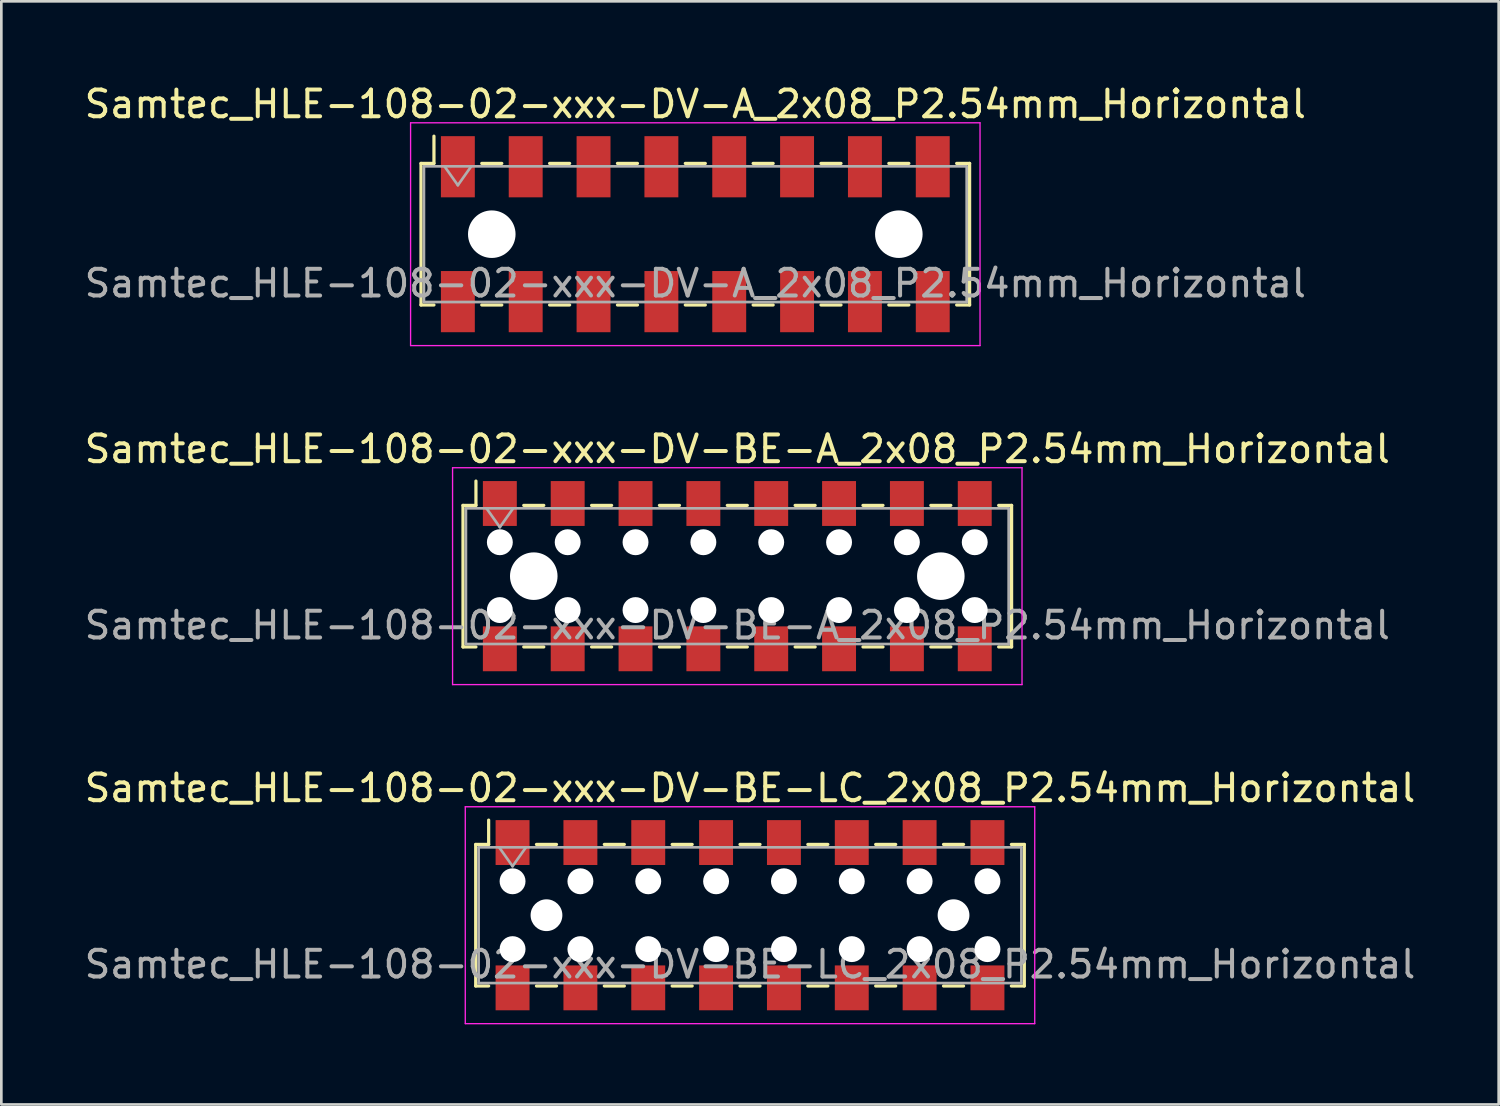
<source format=kicad_pcb>
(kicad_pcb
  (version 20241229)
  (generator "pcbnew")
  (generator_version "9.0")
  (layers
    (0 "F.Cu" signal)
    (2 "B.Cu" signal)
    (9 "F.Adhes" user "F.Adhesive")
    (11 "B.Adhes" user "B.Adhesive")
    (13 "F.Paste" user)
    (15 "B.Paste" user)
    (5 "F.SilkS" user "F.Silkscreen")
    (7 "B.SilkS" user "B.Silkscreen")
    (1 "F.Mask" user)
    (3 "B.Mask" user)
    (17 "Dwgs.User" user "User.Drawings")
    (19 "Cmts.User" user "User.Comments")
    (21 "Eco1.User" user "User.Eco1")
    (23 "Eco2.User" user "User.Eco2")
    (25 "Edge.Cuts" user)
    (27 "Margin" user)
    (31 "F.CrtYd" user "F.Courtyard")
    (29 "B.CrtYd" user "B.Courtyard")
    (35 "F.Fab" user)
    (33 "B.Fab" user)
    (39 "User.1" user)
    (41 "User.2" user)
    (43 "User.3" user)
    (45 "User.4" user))
  (footprint "Samtec_HLE-108-02-xxx-DV-BE-LC_2x08_P2.54mm_Horizontal"
    (layer "F.Cu")
    (at 25.03 31.215)
    (property "Reference" "Samtec_HLE-108-02-xxx-DV-BE-LC_2x08_P2.54mm_Horizontal" (at 0 -4.76 0) (layer "F.SilkS") (effects (font (size 1 1) (thickness 0.15))))
    (attr smd)
    (fp_line (start -10.27 -2.65) (end -10.27 2.65) (stroke (width 0.12) (type solid)) (layer "F.SilkS"))
    (fp_line (start -10.27 2.65) (end -9.785 2.65) (stroke (width 0.12) (type solid)) (layer "F.SilkS"))
    (fp_line (start -9.785 -3.56) (end -9.785 -2.65) (stroke (width 0.12) (type solid)) (layer "F.SilkS"))
    (fp_line (start -9.785 -2.65) (end -10.27 -2.65) (stroke (width 0.12) (type solid)) (layer "F.SilkS"))
    (fp_line (start -7.995 -2.65) (end -7.245 -2.65) (stroke (width 0.12) (type solid)) (layer "F.SilkS"))
    (fp_line (start -7.995 2.65) (end -7.245 2.65) (stroke (width 0.12) (type solid)) (layer "F.SilkS"))
    (fp_line (start -5.455 -2.65) (end -4.705 -2.65) (stroke (width 0.12) (type solid)) (layer "F.SilkS"))
    (fp_line (start -5.455 2.65) (end -4.705 2.65) (stroke (width 0.12) (type solid)) (layer "F.SilkS"))
    (fp_line (start -2.915 -2.65) (end -2.165 -2.65) (stroke (width 0.12) (type solid)) (layer "F.SilkS"))
    (fp_line (start -2.915 2.65) (end -2.165 2.65) (stroke (width 0.12) (type solid)) (layer "F.SilkS"))
    (fp_line (start -0.375 -2.65) (end 0.375 -2.65) (stroke (width 0.12) (type solid)) (layer "F.SilkS"))
    (fp_line (start -0.375 2.65) (end 0.375 2.65) (stroke (width 0.12) (type solid)) (layer "F.SilkS"))
    (fp_line (start 2.165 -2.65) (end 2.915 -2.65) (stroke (width 0.12) (type solid)) (layer "F.SilkS"))
    (fp_line (start 2.165 2.65) (end 2.915 2.65) (stroke (width 0.12) (type solid)) (layer "F.SilkS"))
    (fp_line (start 4.705 -2.65) (end 5.455 -2.65) (stroke (width 0.12) (type solid)) (layer "F.SilkS"))
    (fp_line (start 4.705 2.65) (end 5.455 2.65) (stroke (width 0.12) (type solid)) (layer "F.SilkS"))
    (fp_line (start 7.245 -2.65) (end 7.995 -2.65) (stroke (width 0.12) (type solid)) (layer "F.SilkS"))
    (fp_line (start 7.245 2.65) (end 7.995 2.65) (stroke (width 0.12) (type solid)) (layer "F.SilkS"))
    (fp_line (start 9.785 -2.65) (end 10.27 -2.65) (stroke (width 0.12) (type solid)) (layer "F.SilkS"))
    (fp_line (start 10.27 -2.65) (end 10.27 2.65) (stroke (width 0.12) (type solid)) (layer "F.SilkS"))
    (fp_line (start 10.27 2.65) (end 9.785 2.65) (stroke (width 0.12) (type solid)) (layer "F.SilkS"))
    (fp_line (start -10.66 -4.06) (end 10.66 -4.06) (stroke (width 0.05) (type solid)) (layer "F.CrtYd"))
    (fp_line (start -10.66 4.06) (end -10.66 -4.06) (stroke (width 0.05) (type solid)) (layer "F.CrtYd"))
    (fp_line (start 10.66 -4.06) (end 10.66 4.06) (stroke (width 0.05) (type solid)) (layer "F.CrtYd"))
    (fp_line (start 10.66 4.06) (end -10.66 4.06) (stroke (width 0.05) (type solid)) (layer "F.CrtYd"))
    (fp_line (start -10.16 -2.54) (end 10.16 -2.54) (stroke (width 0.1) (type solid)) (layer "F.Fab"))
    (fp_line (start -10.16 2.54) (end -10.16 -2.54) (stroke (width 0.1) (type solid)) (layer "F.Fab"))
    (fp_line (start -9.39 -2.54) (end -8.89 -1.833) (stroke (width 0.1) (type solid)) (layer "F.Fab"))
    (fp_line (start -8.89 -1.833) (end -8.39 -2.54) (stroke (width 0.1) (type solid)) (layer "F.Fab"))
    (fp_line (start 10.16 -2.54) (end 10.16 2.54) (stroke (width 0.1) (type solid)) (layer "F.Fab"))
    (fp_line (start 10.16 2.54) (end -10.16 2.54) (stroke (width 0.1) (type solid)) (layer "F.Fab"))
    (fp_text user "${REFERENCE}" (at 0 1.84 0) (layer "F.Fab") (effects (font (size 1 1) (thickness 0.15))))
    (pad "" np_thru_hole circle (at -8.89 -1.27) (size 0.97 0.97) (drill 0.97) (layers "*.Cu" "*.Mask"))
    (pad "" np_thru_hole circle (at -8.89 1.27) (size 0.97 0.97) (drill 0.97) (layers "*.Cu" "*.Mask"))
    (pad "" np_thru_hole circle (at -7.62 0) (size 1.19 1.19) (drill 1.19) (layers "*.Cu" "*.Mask"))
    (pad "" np_thru_hole circle (at -6.35 -1.27) (size 0.97 0.97) (drill 0.97) (layers "*.Cu" "*.Mask"))
    (pad "" np_thru_hole circle (at -6.35 1.27) (size 0.97 0.97) (drill 0.97) (layers "*.Cu" "*.Mask"))
    (pad "" np_thru_hole circle (at -3.81 -1.27) (size 0.97 0.97) (drill 0.97) (layers "*.Cu" "*.Mask"))
    (pad "" np_thru_hole circle (at -3.81 1.27) (size 0.97 0.97) (drill 0.97) (layers "*.Cu" "*.Mask"))
    (pad "" np_thru_hole circle (at -1.27 -1.27) (size 0.97 0.97) (drill 0.97) (layers "*.Cu" "*.Mask"))
    (pad "" np_thru_hole circle (at -1.27 1.27) (size 0.97 0.97) (drill 0.97) (layers "*.Cu" "*.Mask"))
    (pad "" np_thru_hole circle (at 1.27 -1.27) (size 0.97 0.97) (drill 0.97) (layers "*.Cu" "*.Mask"))
    (pad "" np_thru_hole circle (at 1.27 1.27) (size 0.97 0.97) (drill 0.97) (layers "*.Cu" "*.Mask"))
    (pad "" np_thru_hole circle (at 3.81 -1.27) (size 0.97 0.97) (drill 0.97) (layers "*.Cu" "*.Mask"))
    (pad "" np_thru_hole circle (at 3.81 1.27) (size 0.97 0.97) (drill 0.97) (layers "*.Cu" "*.Mask"))
    (pad "" np_thru_hole circle (at 6.35 -1.27) (size 0.97 0.97) (drill 0.97) (layers "*.Cu" "*.Mask"))
    (pad "" np_thru_hole circle (at 6.35 1.27) (size 0.97 0.97) (drill 0.97) (layers "*.Cu" "*.Mask"))
    (pad "" np_thru_hole circle (at 7.62 0) (size 1.19 1.19) (drill 1.19) (layers "*.Cu" "*.Mask"))
    (pad "" np_thru_hole circle (at 8.89 -1.27) (size 0.97 0.97) (drill 0.97) (layers "*.Cu" "*.Mask"))
    (pad "" np_thru_hole circle (at 8.89 1.27) (size 0.97 0.97) (drill 0.97) (layers "*.Cu" "*.Mask"))
    (pad "1" smd rect (at -8.89 -2.72) (size 1.27 1.68) (layers "F.Cu" "F.Mask" "F.Paste"))
    (pad "2" smd rect (at -8.89 2.72) (size 1.27 1.68) (layers "F.Cu" "F.Mask" "F.Paste"))
    (pad "3" smd rect (at -6.35 -2.72) (size 1.27 1.68) (layers "F.Cu" "F.Mask" "F.Paste"))
    (pad "4" smd rect (at -6.35 2.72) (size 1.27 1.68) (layers "F.Cu" "F.Mask" "F.Paste"))
    (pad "5" smd rect (at -3.81 -2.72) (size 1.27 1.68) (layers "F.Cu" "F.Mask" "F.Paste"))
    (pad "6" smd rect (at -3.81 2.72) (size 1.27 1.68) (layers "F.Cu" "F.Mask" "F.Paste"))
    (pad "7" smd rect (at -1.27 -2.72) (size 1.27 1.68) (layers "F.Cu" "F.Mask" "F.Paste"))
    (pad "8" smd rect (at -1.27 2.72) (size 1.27 1.68) (layers "F.Cu" "F.Mask" "F.Paste"))
    (pad "9" smd rect (at 1.27 -2.72) (size 1.27 1.68) (layers "F.Cu" "F.Mask" "F.Paste"))
    (pad "10" smd rect (at 1.27 2.72) (size 1.27 1.68) (layers "F.Cu" "F.Mask" "F.Paste"))
    (pad "11" smd rect (at 3.81 -2.72) (size 1.27 1.68) (layers "F.Cu" "F.Mask" "F.Paste"))
    (pad "12" smd rect (at 3.81 2.72) (size 1.27 1.68) (layers "F.Cu" "F.Mask" "F.Paste"))
    (pad "13" smd rect (at 6.35 -2.72) (size 1.27 1.68) (layers "F.Cu" "F.Mask" "F.Paste"))
    (pad "14" smd rect (at 6.35 2.72) (size 1.27 1.68) (layers "F.Cu" "F.Mask" "F.Paste"))
    (pad "15" smd rect (at 8.89 -2.72) (size 1.27 1.68) (layers "F.Cu" "F.Mask" "F.Paste"))
    (pad "16" smd rect (at 8.89 2.72) (size 1.27 1.68) (layers "F.Cu" "F.Mask" "F.Paste")))
  (footprint "Samtec_HLE-108-02-xxx-DV-BE-A_2x08_P2.54mm_Horizontal"
    (layer "F.Cu")
    (at 24.554 18.521)
    (property "Reference" "Samtec_HLE-108-02-xxx-DV-BE-A_2x08_P2.54mm_Horizontal" (at 0 -4.76 0) (layer "F.SilkS") (effects (font (size 1 1) (thickness 0.15))))
    (attr smd)
    (fp_line (start -10.27 -2.65) (end -10.27 2.65) (stroke (width 0.12) (type solid)) (layer "F.SilkS"))
    (fp_line (start -10.27 2.65) (end -9.785 2.65) (stroke (width 0.12) (type solid)) (layer "F.SilkS"))
    (fp_line (start -9.785 -3.56) (end -9.785 -2.65) (stroke (width 0.12) (type solid)) (layer "F.SilkS"))
    (fp_line (start -9.785 -2.65) (end -10.27 -2.65) (stroke (width 0.12) (type solid)) (layer "F.SilkS"))
    (fp_line (start -7.995 -2.65) (end -7.245 -2.65) (stroke (width 0.12) (type solid)) (layer "F.SilkS"))
    (fp_line (start -7.995 2.65) (end -7.245 2.65) (stroke (width 0.12) (type solid)) (layer "F.SilkS"))
    (fp_line (start -5.455 -2.65) (end -4.705 -2.65) (stroke (width 0.12) (type solid)) (layer "F.SilkS"))
    (fp_line (start -5.455 2.65) (end -4.705 2.65) (stroke (width 0.12) (type solid)) (layer "F.SilkS"))
    (fp_line (start -2.915 -2.65) (end -2.165 -2.65) (stroke (width 0.12) (type solid)) (layer "F.SilkS"))
    (fp_line (start -2.915 2.65) (end -2.165 2.65) (stroke (width 0.12) (type solid)) (layer "F.SilkS"))
    (fp_line (start -0.375 -2.65) (end 0.375 -2.65) (stroke (width 0.12) (type solid)) (layer "F.SilkS"))
    (fp_line (start -0.375 2.65) (end 0.375 2.65) (stroke (width 0.12) (type solid)) (layer "F.SilkS"))
    (fp_line (start 2.165 -2.65) (end 2.915 -2.65) (stroke (width 0.12) (type solid)) (layer "F.SilkS"))
    (fp_line (start 2.165 2.65) (end 2.915 2.65) (stroke (width 0.12) (type solid)) (layer "F.SilkS"))
    (fp_line (start 4.705 -2.65) (end 5.455 -2.65) (stroke (width 0.12) (type solid)) (layer "F.SilkS"))
    (fp_line (start 4.705 2.65) (end 5.455 2.65) (stroke (width 0.12) (type solid)) (layer "F.SilkS"))
    (fp_line (start 7.245 -2.65) (end 7.995 -2.65) (stroke (width 0.12) (type solid)) (layer "F.SilkS"))
    (fp_line (start 7.245 2.65) (end 7.995 2.65) (stroke (width 0.12) (type solid)) (layer "F.SilkS"))
    (fp_line (start 9.785 -2.65) (end 10.27 -2.65) (stroke (width 0.12) (type solid)) (layer "F.SilkS"))
    (fp_line (start 10.27 -2.65) (end 10.27 2.65) (stroke (width 0.12) (type solid)) (layer "F.SilkS"))
    (fp_line (start 10.27 2.65) (end 9.785 2.65) (stroke (width 0.12) (type solid)) (layer "F.SilkS"))
    (fp_line (start -10.66 -4.06) (end 10.66 -4.06) (stroke (width 0.05) (type solid)) (layer "F.CrtYd"))
    (fp_line (start -10.66 4.06) (end -10.66 -4.06) (stroke (width 0.05) (type solid)) (layer "F.CrtYd"))
    (fp_line (start 10.66 -4.06) (end 10.66 4.06) (stroke (width 0.05) (type solid)) (layer "F.CrtYd"))
    (fp_line (start 10.66 4.06) (end -10.66 4.06) (stroke (width 0.05) (type solid)) (layer "F.CrtYd"))
    (fp_line (start -10.16 -2.54) (end 10.16 -2.54) (stroke (width 0.1) (type solid)) (layer "F.Fab"))
    (fp_line (start -10.16 2.54) (end -10.16 -2.54) (stroke (width 0.1) (type solid)) (layer "F.Fab"))
    (fp_line (start -9.39 -2.54) (end -8.89 -1.833) (stroke (width 0.1) (type solid)) (layer "F.Fab"))
    (fp_line (start -8.89 -1.833) (end -8.39 -2.54) (stroke (width 0.1) (type solid)) (layer "F.Fab"))
    (fp_line (start 10.16 -2.54) (end 10.16 2.54) (stroke (width 0.1) (type solid)) (layer "F.Fab"))
    (fp_line (start 10.16 2.54) (end -10.16 2.54) (stroke (width 0.1) (type solid)) (layer "F.Fab"))
    (fp_text user "${REFERENCE}" (at 0 1.84 0) (layer "F.Fab") (effects (font (size 1 1) (thickness 0.15))))
    (pad "" np_thru_hole circle (at -8.89 -1.27) (size 0.97 0.97) (drill 0.97) (layers "*.Cu" "*.Mask"))
    (pad "" np_thru_hole circle (at -8.89 1.27) (size 0.97 0.97) (drill 0.97) (layers "*.Cu" "*.Mask"))
    (pad "" np_thru_hole circle (at -7.62 0) (size 1.78 1.78) (drill 1.78) (layers "*.Cu" "*.Mask"))
    (pad "" np_thru_hole circle (at -6.35 -1.27) (size 0.97 0.97) (drill 0.97) (layers "*.Cu" "*.Mask"))
    (pad "" np_thru_hole circle (at -6.35 1.27) (size 0.97 0.97) (drill 0.97) (layers "*.Cu" "*.Mask"))
    (pad "" np_thru_hole circle (at -3.81 -1.27) (size 0.97 0.97) (drill 0.97) (layers "*.Cu" "*.Mask"))
    (pad "" np_thru_hole circle (at -3.81 1.27) (size 0.97 0.97) (drill 0.97) (layers "*.Cu" "*.Mask"))
    (pad "" np_thru_hole circle (at -1.27 -1.27) (size 0.97 0.97) (drill 0.97) (layers "*.Cu" "*.Mask"))
    (pad "" np_thru_hole circle (at -1.27 1.27) (size 0.97 0.97) (drill 0.97) (layers "*.Cu" "*.Mask"))
    (pad "" np_thru_hole circle (at 1.27 -1.27) (size 0.97 0.97) (drill 0.97) (layers "*.Cu" "*.Mask"))
    (pad "" np_thru_hole circle (at 1.27 1.27) (size 0.97 0.97) (drill 0.97) (layers "*.Cu" "*.Mask"))
    (pad "" np_thru_hole circle (at 3.81 -1.27) (size 0.97 0.97) (drill 0.97) (layers "*.Cu" "*.Mask"))
    (pad "" np_thru_hole circle (at 3.81 1.27) (size 0.97 0.97) (drill 0.97) (layers "*.Cu" "*.Mask"))
    (pad "" np_thru_hole circle (at 6.35 -1.27) (size 0.97 0.97) (drill 0.97) (layers "*.Cu" "*.Mask"))
    (pad "" np_thru_hole circle (at 6.35 1.27) (size 0.97 0.97) (drill 0.97) (layers "*.Cu" "*.Mask"))
    (pad "" np_thru_hole circle (at 7.62 0) (size 1.78 1.78) (drill 1.78) (layers "*.Cu" "*.Mask"))
    (pad "" np_thru_hole circle (at 8.89 -1.27) (size 0.97 0.97) (drill 0.97) (layers "*.Cu" "*.Mask"))
    (pad "" np_thru_hole circle (at 8.89 1.27) (size 0.97 0.97) (drill 0.97) (layers "*.Cu" "*.Mask"))
    (pad "1" smd rect (at -8.89 -2.72) (size 1.27 1.68) (layers "F.Cu" "F.Mask" "F.Paste"))
    (pad "2" smd rect (at -8.89 2.72) (size 1.27 1.68) (layers "F.Cu" "F.Mask" "F.Paste"))
    (pad "3" smd rect (at -6.35 -2.72) (size 1.27 1.68) (layers "F.Cu" "F.Mask" "F.Paste"))
    (pad "4" smd rect (at -6.35 2.72) (size 1.27 1.68) (layers "F.Cu" "F.Mask" "F.Paste"))
    (pad "5" smd rect (at -3.81 -2.72) (size 1.27 1.68) (layers "F.Cu" "F.Mask" "F.Paste"))
    (pad "6" smd rect (at -3.81 2.72) (size 1.27 1.68) (layers "F.Cu" "F.Mask" "F.Paste"))
    (pad "7" smd rect (at -1.27 -2.72) (size 1.27 1.68) (layers "F.Cu" "F.Mask" "F.Paste"))
    (pad "8" smd rect (at -1.27 2.72) (size 1.27 1.68) (layers "F.Cu" "F.Mask" "F.Paste"))
    (pad "9" smd rect (at 1.27 -2.72) (size 1.27 1.68) (layers "F.Cu" "F.Mask" "F.Paste"))
    (pad "10" smd rect (at 1.27 2.72) (size 1.27 1.68) (layers "F.Cu" "F.Mask" "F.Paste"))
    (pad "11" smd rect (at 3.81 -2.72) (size 1.27 1.68) (layers "F.Cu" "F.Mask" "F.Paste"))
    (pad "12" smd rect (at 3.81 2.72) (size 1.27 1.68) (layers "F.Cu" "F.Mask" "F.Paste"))
    (pad "13" smd rect (at 6.35 -2.72) (size 1.27 1.68) (layers "F.Cu" "F.Mask" "F.Paste"))
    (pad "14" smd rect (at 6.35 2.72) (size 1.27 1.68) (layers "F.Cu" "F.Mask" "F.Paste"))
    (pad "15" smd rect (at 8.89 -2.72) (size 1.27 1.68) (layers "F.Cu" "F.Mask" "F.Paste"))
    (pad "16" smd rect (at 8.89 2.72) (size 1.27 1.68) (layers "F.Cu" "F.Mask" "F.Paste")))
  (footprint "Samtec_HLE-108-02-xxx-DV-A_2x08_P2.54mm_Horizontal"
    (layer "F.Cu")
    (at 22.982 5.718)
    (property "Reference" "Samtec_HLE-108-02-xxx-DV-A_2x08_P2.54mm_Horizontal" (at 0 -4.87 0) (layer "F.SilkS") (effects (font (size 1 1) (thickness 0.15))))
    (attr smd)
    (fp_line (start -10.27 -2.65) (end -10.27 2.65) (stroke (width 0.12) (type solid)) (layer "F.SilkS"))
    (fp_line (start -10.27 2.65) (end -9.785 2.65) (stroke (width 0.12) (type solid)) (layer "F.SilkS"))
    (fp_line (start -9.785 -3.67) (end -9.785 -2.65) (stroke (width 0.12) (type solid)) (layer "F.SilkS"))
    (fp_line (start -9.785 -2.65) (end -10.27 -2.65) (stroke (width 0.12) (type solid)) (layer "F.SilkS"))
    (fp_line (start -7.995 -2.65) (end -7.245 -2.65) (stroke (width 0.12) (type solid)) (layer "F.SilkS"))
    (fp_line (start -7.995 2.65) (end -7.245 2.65) (stroke (width 0.12) (type solid)) (layer "F.SilkS"))
    (fp_line (start -5.455 -2.65) (end -4.705 -2.65) (stroke (width 0.12) (type solid)) (layer "F.SilkS"))
    (fp_line (start -5.455 2.65) (end -4.705 2.65) (stroke (width 0.12) (type solid)) (layer "F.SilkS"))
    (fp_line (start -2.915 -2.65) (end -2.165 -2.65) (stroke (width 0.12) (type solid)) (layer "F.SilkS"))
    (fp_line (start -2.915 2.65) (end -2.165 2.65) (stroke (width 0.12) (type solid)) (layer "F.SilkS"))
    (fp_line (start -0.375 -2.65) (end 0.375 -2.65) (stroke (width 0.12) (type solid)) (layer "F.SilkS"))
    (fp_line (start -0.375 2.65) (end 0.375 2.65) (stroke (width 0.12) (type solid)) (layer "F.SilkS"))
    (fp_line (start 2.165 -2.65) (end 2.915 -2.65) (stroke (width 0.12) (type solid)) (layer "F.SilkS"))
    (fp_line (start 2.165 2.65) (end 2.915 2.65) (stroke (width 0.12) (type solid)) (layer "F.SilkS"))
    (fp_line (start 4.705 -2.65) (end 5.455 -2.65) (stroke (width 0.12) (type solid)) (layer "F.SilkS"))
    (fp_line (start 4.705 2.65) (end 5.455 2.65) (stroke (width 0.12) (type solid)) (layer "F.SilkS"))
    (fp_line (start 7.245 -2.65) (end 7.995 -2.65) (stroke (width 0.12) (type solid)) (layer "F.SilkS"))
    (fp_line (start 7.245 2.65) (end 7.995 2.65) (stroke (width 0.12) (type solid)) (layer "F.SilkS"))
    (fp_line (start 9.785 -2.65) (end 10.27 -2.65) (stroke (width 0.12) (type solid)) (layer "F.SilkS"))
    (fp_line (start 10.27 -2.65) (end 10.27 2.65) (stroke (width 0.12) (type solid)) (layer "F.SilkS"))
    (fp_line (start 10.27 2.65) (end 9.785 2.65) (stroke (width 0.12) (type solid)) (layer "F.SilkS"))
    (fp_line (start -10.66 -4.17) (end 10.66 -4.17) (stroke (width 0.05) (type solid)) (layer "F.CrtYd"))
    (fp_line (start -10.66 4.17) (end -10.66 -4.17) (stroke (width 0.05) (type solid)) (layer "F.CrtYd"))
    (fp_line (start 10.66 -4.17) (end 10.66 4.17) (stroke (width 0.05) (type solid)) (layer "F.CrtYd"))
    (fp_line (start 10.66 4.17) (end -10.66 4.17) (stroke (width 0.05) (type solid)) (layer "F.CrtYd"))
    (fp_line (start -10.16 -2.54) (end 10.16 -2.54) (stroke (width 0.1) (type solid)) (layer "F.Fab"))
    (fp_line (start -10.16 2.54) (end -10.16 -2.54) (stroke (width 0.1) (type solid)) (layer "F.Fab"))
    (fp_line (start -9.39 -2.54) (end -8.89 -1.833) (stroke (width 0.1) (type solid)) (layer "F.Fab"))
    (fp_line (start -8.89 -1.833) (end -8.39 -2.54) (stroke (width 0.1) (type solid)) (layer "F.Fab"))
    (fp_line (start 10.16 -2.54) (end 10.16 2.54) (stroke (width 0.1) (type solid)) (layer "F.Fab"))
    (fp_line (start 10.16 2.54) (end -10.16 2.54) (stroke (width 0.1) (type solid)) (layer "F.Fab"))
    (fp_text user "${REFERENCE}" (at 0 1.84 0) (layer "F.Fab") (effects (font (size 1 1) (thickness 0.15))))
    (pad "" np_thru_hole circle (at -7.62 0) (size 1.78 1.78) (drill 1.78) (layers "*.Cu" "*.Mask"))
    (pad "" np_thru_hole circle (at 7.62 0) (size 1.78 1.78) (drill 1.78) (layers "*.Cu" "*.Mask"))
    (pad "1" smd rect (at -8.89 -2.525) (size 1.27 2.29) (layers "F.Cu" "F.Mask" "F.Paste"))
    (pad "2" smd rect (at -8.89 2.525) (size 1.27 2.29) (layers "F.Cu" "F.Mask" "F.Paste"))
    (pad "3" smd rect (at -6.35 -2.525) (size 1.27 2.29) (layers "F.Cu" "F.Mask" "F.Paste"))
    (pad "4" smd rect (at -6.35 2.525) (size 1.27 2.29) (layers "F.Cu" "F.Mask" "F.Paste"))
    (pad "5" smd rect (at -3.81 -2.525) (size 1.27 2.29) (layers "F.Cu" "F.Mask" "F.Paste"))
    (pad "6" smd rect (at -3.81 2.525) (size 1.27 2.29) (layers "F.Cu" "F.Mask" "F.Paste"))
    (pad "7" smd rect (at -1.27 -2.525) (size 1.27 2.29) (layers "F.Cu" "F.Mask" "F.Paste"))
    (pad "8" smd rect (at -1.27 2.525) (size 1.27 2.29) (layers "F.Cu" "F.Mask" "F.Paste"))
    (pad "9" smd rect (at 1.27 -2.525) (size 1.27 2.29) (layers "F.Cu" "F.Mask" "F.Paste"))
    (pad "10" smd rect (at 1.27 2.525) (size 1.27 2.29) (layers "F.Cu" "F.Mask" "F.Paste"))
    (pad "11" smd rect (at 3.81 -2.525) (size 1.27 2.29) (layers "F.Cu" "F.Mask" "F.Paste"))
    (pad "12" smd rect (at 3.81 2.525) (size 1.27 2.29) (layers "F.Cu" "F.Mask" "F.Paste"))
    (pad "13" smd rect (at 6.35 -2.525) (size 1.27 2.29) (layers "F.Cu" "F.Mask" "F.Paste"))
    (pad "14" smd rect (at 6.35 2.525) (size 1.27 2.29) (layers "F.Cu" "F.Mask" "F.Paste"))
    (pad "15" smd rect (at 8.89 -2.525) (size 1.27 2.29) (layers "F.Cu" "F.Mask" "F.Paste"))
    (pad "16" smd rect (at 8.89 2.525) (size 1.27 2.29) (layers "F.Cu" "F.Mask" "F.Paste")))
  (gr_rect
    (start -3 -3)
    (end 53.06 38.3)
    (stroke (width 0.1) (type default))
    (fill no)
    (layer "Edge.Cuts")))
</source>
